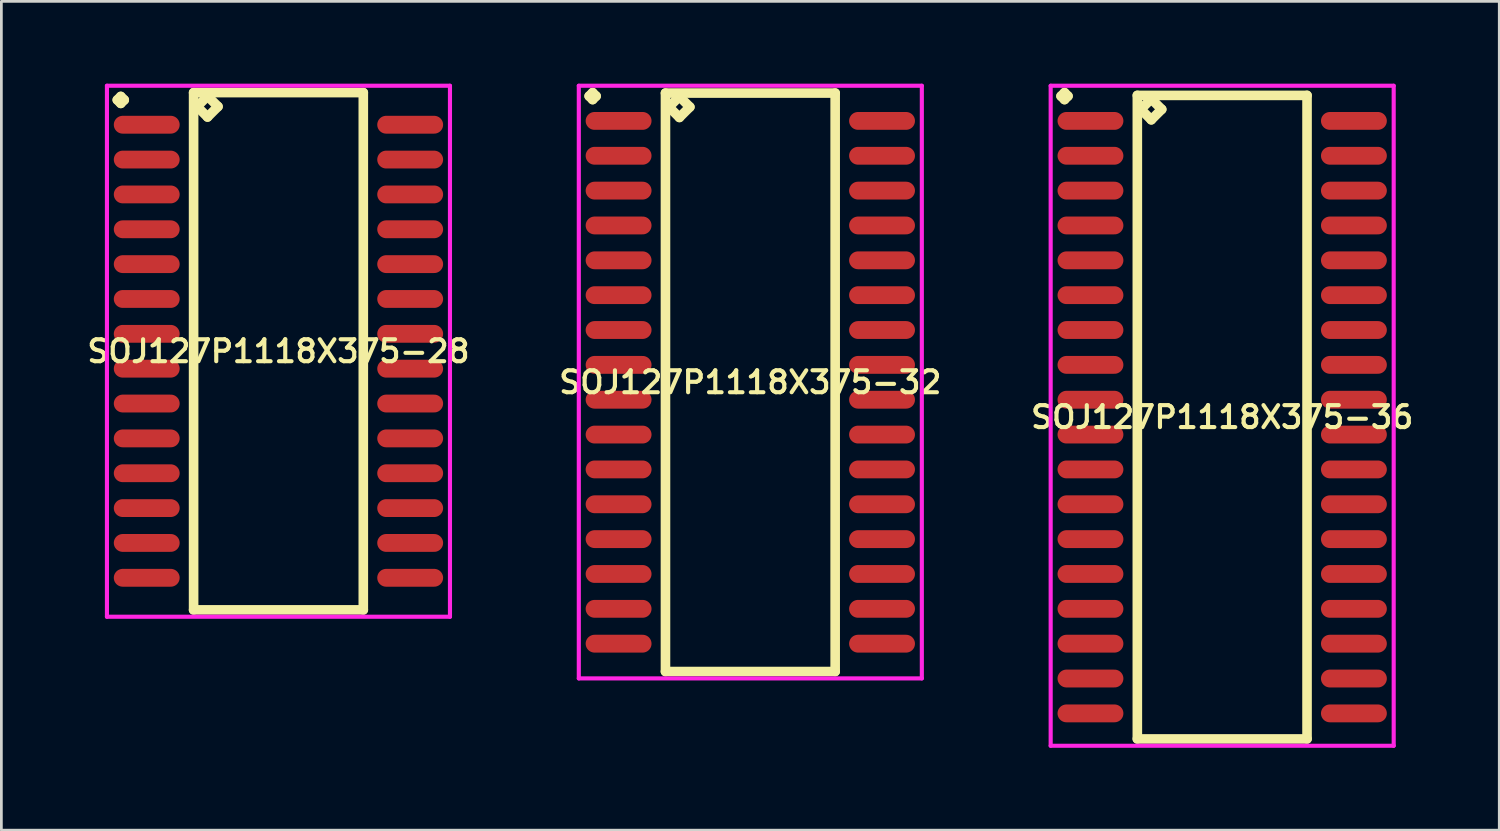
<source format=kicad_pcb>
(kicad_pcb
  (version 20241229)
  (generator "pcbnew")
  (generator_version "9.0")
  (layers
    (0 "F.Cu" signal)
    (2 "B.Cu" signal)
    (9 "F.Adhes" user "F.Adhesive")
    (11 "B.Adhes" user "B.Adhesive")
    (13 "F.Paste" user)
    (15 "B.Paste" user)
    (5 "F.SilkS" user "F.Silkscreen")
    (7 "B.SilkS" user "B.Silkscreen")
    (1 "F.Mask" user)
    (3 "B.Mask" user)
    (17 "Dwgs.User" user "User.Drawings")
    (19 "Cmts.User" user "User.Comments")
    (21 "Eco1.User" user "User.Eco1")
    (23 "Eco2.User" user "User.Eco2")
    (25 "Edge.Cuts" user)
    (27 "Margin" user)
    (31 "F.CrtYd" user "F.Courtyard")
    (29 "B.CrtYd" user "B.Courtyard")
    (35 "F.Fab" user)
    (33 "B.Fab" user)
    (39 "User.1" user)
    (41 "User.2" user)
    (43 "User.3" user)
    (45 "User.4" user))
  (footprint "SOJ127P1118X375-28"
    (layer "F.Cu")
    (at 7.097 9.75)
    (property "Reference" "SOJ127P1118X375-28" (at 0 0 0) (layer "F.SilkS") (effects (font (size 0.8 0.8) (thickness 0.15))))
    (attr smd)
    (fp_line (start -5.873 -9.159) (end -5.746 -9.286) (stroke (width 0.35) (type solid)) (layer "F.SilkS"))
    (fp_line (start -5.746 -9.286) (end -5.619 -9.159) (stroke (width 0.35) (type solid)) (layer "F.SilkS"))
    (fp_line (start -5.746 -9.032) (end -5.873 -9.159) (stroke (width 0.35) (type solid)) (layer "F.SilkS"))
    (fp_line (start -5.619 -9.159) (end -5.746 -9.032) (stroke (width 0.35) (type solid)) (layer "F.SilkS"))
    (fp_line (start -3.092 -9.425) (end -3.092 9.425) (stroke (width 0.35) (type solid)) (layer "F.SilkS"))
    (fp_line (start -3.092 9.425) (end 3.092 9.425) (stroke (width 0.35) (type solid)) (layer "F.SilkS"))
    (fp_line (start -2.965 -8.917) (end -2.584 -9.298) (stroke (width 0.35) (type solid)) (layer "F.SilkS"))
    (fp_line (start -2.584 -9.298) (end -2.203 -8.917) (stroke (width 0.35) (type solid)) (layer "F.SilkS"))
    (fp_line (start -2.584 -8.536) (end -2.965 -8.917) (stroke (width 0.35) (type solid)) (layer "F.SilkS"))
    (fp_line (start -2.203 -8.917) (end -2.584 -8.536) (stroke (width 0.35) (type solid)) (layer "F.SilkS"))
    (fp_line (start 3.092 -9.425) (end -3.092 -9.425) (stroke (width 0.35) (type solid)) (layer "F.SilkS"))
    (fp_line (start 3.092 9.425) (end 3.092 -9.425) (stroke (width 0.35) (type solid)) (layer "F.SilkS"))
    (fp_line (start -6.25 -9.675) (end 6.25 -9.675) (stroke (width 0.15) (type solid)) (layer "F.CrtYd"))
    (fp_line (start -6.25 9.675) (end -6.25 -9.675) (stroke (width 0.15) (type solid)) (layer "F.CrtYd"))
    (fp_line (start 6.25 -9.675) (end 6.25 9.675) (stroke (width 0.15) (type solid)) (layer "F.CrtYd"))
    (fp_line (start 6.25 9.675) (end -6.25 9.675) (stroke (width 0.15) (type solid)) (layer "F.CrtYd"))
    (pad "1" smd oval (at -4.8 -8.255) (size 2.4 0.65) (layers "F.Cu" "F.Mask" "F.Paste"))
    (pad "2" smd oval (at -4.8 -6.985) (size 2.4 0.65) (layers "F.Cu" "F.Mask" "F.Paste"))
    (pad "3" smd oval (at -4.8 -5.715) (size 2.4 0.65) (layers "F.Cu" "F.Mask" "F.Paste"))
    (pad "4" smd oval (at -4.8 -4.445) (size 2.4 0.65) (layers "F.Cu" "F.Mask" "F.Paste"))
    (pad "5" smd oval (at -4.8 -3.175) (size 2.4 0.65) (layers "F.Cu" "F.Mask" "F.Paste"))
    (pad "6" smd oval (at -4.8 -1.905) (size 2.4 0.65) (layers "F.Cu" "F.Mask" "F.Paste"))
    (pad "7" smd oval (at -4.8 -0.635) (size 2.4 0.65) (layers "F.Cu" "F.Mask" "F.Paste"))
    (pad "8" smd oval (at -4.8 0.635) (size 2.4 0.65) (layers "F.Cu" "F.Mask" "F.Paste"))
    (pad "9" smd oval (at -4.8 1.905) (size 2.4 0.65) (layers "F.Cu" "F.Mask" "F.Paste"))
    (pad "10" smd oval (at -4.8 3.175) (size 2.4 0.65) (layers "F.Cu" "F.Mask" "F.Paste"))
    (pad "11" smd oval (at -4.8 4.445) (size 2.4 0.65) (layers "F.Cu" "F.Mask" "F.Paste"))
    (pad "12" smd oval (at -4.8 5.715) (size 2.4 0.65) (layers "F.Cu" "F.Mask" "F.Paste"))
    (pad "13" smd oval (at -4.8 6.985) (size 2.4 0.65) (layers "F.Cu" "F.Mask" "F.Paste"))
    (pad "14" smd oval (at -4.8 8.255) (size 2.4 0.65) (layers "F.Cu" "F.Mask" "F.Paste"))
    (pad "15" smd oval (at 4.8 8.255) (size 2.4 0.65) (layers "F.Cu" "F.Mask" "F.Paste"))
    (pad "16" smd oval (at 4.8 6.985) (size 2.4 0.65) (layers "F.Cu" "F.Mask" "F.Paste"))
    (pad "17" smd oval (at 4.8 5.715) (size 2.4 0.65) (layers "F.Cu" "F.Mask" "F.Paste"))
    (pad "18" smd oval (at 4.8 4.445) (size 2.4 0.65) (layers "F.Cu" "F.Mask" "F.Paste"))
    (pad "19" smd oval (at 4.8 3.175) (size 2.4 0.65) (layers "F.Cu" "F.Mask" "F.Paste"))
    (pad "20" smd oval (at 4.8 1.905) (size 2.4 0.65) (layers "F.Cu" "F.Mask" "F.Paste"))
    (pad "21" smd oval (at 4.8 0.635) (size 2.4 0.65) (layers "F.Cu" "F.Mask" "F.Paste"))
    (pad "22" smd oval (at 4.8 -0.635) (size 2.4 0.65) (layers "F.Cu" "F.Mask" "F.Paste"))
    (pad "23" smd oval (at 4.8 -1.905) (size 2.4 0.65) (layers "F.Cu" "F.Mask" "F.Paste"))
    (pad "24" smd oval (at 4.8 -3.175) (size 2.4 0.65) (layers "F.Cu" "F.Mask" "F.Paste"))
    (pad "25" smd oval (at 4.8 -4.445) (size 2.4 0.65) (layers "F.Cu" "F.Mask" "F.Paste"))
    (pad "26" smd oval (at 4.8 -5.715) (size 2.4 0.65) (layers "F.Cu" "F.Mask" "F.Paste"))
    (pad "27" smd oval (at 4.8 -6.985) (size 2.4 0.65) (layers "F.Cu" "F.Mask" "F.Paste"))
    (pad "28" smd oval (at 4.8 -8.255) (size 2.4 0.65) (layers "F.Cu" "F.Mask" "F.Paste")))
  (footprint "SOJ127P1118X375-36"
    (layer "F.Cu")
    (at 41.487 12.151)
    (property "Reference" "SOJ127P1118X375-36" (at 0 0 0) (layer "F.SilkS") (effects (font (size 0.8 0.8) (thickness 0.15))))
    (attr smd)
    (fp_line (start -5.873 -11.699) (end -5.746 -11.826) (stroke (width 0.35) (type solid)) (layer "F.SilkS"))
    (fp_line (start -5.746 -11.826) (end -5.619 -11.699) (stroke (width 0.35) (type solid)) (layer "F.SilkS"))
    (fp_line (start -5.746 -11.572) (end -5.873 -11.699) (stroke (width 0.35) (type solid)) (layer "F.SilkS"))
    (fp_line (start -5.619 -11.699) (end -5.746 -11.572) (stroke (width 0.35) (type solid)) (layer "F.SilkS"))
    (fp_line (start -3.092 -11.725) (end -3.092 11.725) (stroke (width 0.35) (type solid)) (layer "F.SilkS"))
    (fp_line (start -3.092 11.725) (end 3.092 11.725) (stroke (width 0.35) (type solid)) (layer "F.SilkS"))
    (fp_line (start -2.965 -11.217) (end -2.584 -11.598) (stroke (width 0.35) (type solid)) (layer "F.SilkS"))
    (fp_line (start -2.584 -11.598) (end -2.203 -11.217) (stroke (width 0.35) (type solid)) (layer "F.SilkS"))
    (fp_line (start -2.584 -10.836) (end -2.965 -11.217) (stroke (width 0.35) (type solid)) (layer "F.SilkS"))
    (fp_line (start -2.203 -11.217) (end -2.584 -10.836) (stroke (width 0.35) (type solid)) (layer "F.SilkS"))
    (fp_line (start 3.092 -11.725) (end -3.092 -11.725) (stroke (width 0.35) (type solid)) (layer "F.SilkS"))
    (fp_line (start 3.092 11.725) (end 3.092 -11.725) (stroke (width 0.35) (type solid)) (layer "F.SilkS"))
    (fp_line (start -6.25 -12.076) (end 6.25 -12.076) (stroke (width 0.15) (type solid)) (layer "F.CrtYd"))
    (fp_line (start -6.25 11.975) (end -6.25 -12.076) (stroke (width 0.15) (type solid)) (layer "F.CrtYd"))
    (fp_line (start 6.25 -12.076) (end 6.25 11.975) (stroke (width 0.15) (type solid)) (layer "F.CrtYd"))
    (fp_line (start 6.25 11.975) (end -6.25 11.975) (stroke (width 0.15) (type solid)) (layer "F.CrtYd"))
    (pad "1" smd oval (at -4.8 -10.795) (size 2.4 0.65) (layers "F.Cu" "F.Mask" "F.Paste"))
    (pad "2" smd oval (at -4.8 -9.525) (size 2.4 0.65) (layers "F.Cu" "F.Mask" "F.Paste"))
    (pad "3" smd oval (at -4.8 -8.255) (size 2.4 0.65) (layers "F.Cu" "F.Mask" "F.Paste"))
    (pad "4" smd oval (at -4.8 -6.985) (size 2.4 0.65) (layers "F.Cu" "F.Mask" "F.Paste"))
    (pad "5" smd oval (at -4.8 -5.715) (size 2.4 0.65) (layers "F.Cu" "F.Mask" "F.Paste"))
    (pad "6" smd oval (at -4.8 -4.445) (size 2.4 0.65) (layers "F.Cu" "F.Mask" "F.Paste"))
    (pad "7" smd oval (at -4.8 -3.175) (size 2.4 0.65) (layers "F.Cu" "F.Mask" "F.Paste"))
    (pad "8" smd oval (at -4.8 -1.905) (size 2.4 0.65) (layers "F.Cu" "F.Mask" "F.Paste"))
    (pad "9" smd oval (at -4.8 -0.635) (size 2.4 0.65) (layers "F.Cu" "F.Mask" "F.Paste"))
    (pad "10" smd oval (at -4.8 0.635) (size 2.4 0.65) (layers "F.Cu" "F.Mask" "F.Paste"))
    (pad "11" smd oval (at -4.8 1.905) (size 2.4 0.65) (layers "F.Cu" "F.Mask" "F.Paste"))
    (pad "12" smd oval (at -4.8 3.175) (size 2.4 0.65) (layers "F.Cu" "F.Mask" "F.Paste"))
    (pad "13" smd oval (at -4.8 4.445) (size 2.4 0.65) (layers "F.Cu" "F.Mask" "F.Paste"))
    (pad "14" smd oval (at -4.8 5.715) (size 2.4 0.65) (layers "F.Cu" "F.Mask" "F.Paste"))
    (pad "15" smd oval (at -4.8 6.985) (size 2.4 0.65) (layers "F.Cu" "F.Mask" "F.Paste"))
    (pad "16" smd oval (at -4.8 8.255) (size 2.4 0.65) (layers "F.Cu" "F.Mask" "F.Paste"))
    (pad "17" smd oval (at -4.8 9.525) (size 2.4 0.65) (layers "F.Cu" "F.Mask" "F.Paste"))
    (pad "18" smd oval (at -4.8 10.795) (size 2.4 0.65) (layers "F.Cu" "F.Mask" "F.Paste"))
    (pad "19" smd oval (at 4.8 10.795) (size 2.4 0.65) (layers "F.Cu" "F.Mask" "F.Paste"))
    (pad "20" smd oval (at 4.8 9.525) (size 2.4 0.65) (layers "F.Cu" "F.Mask" "F.Paste"))
    (pad "21" smd oval (at 4.8 8.255) (size 2.4 0.65) (layers "F.Cu" "F.Mask" "F.Paste"))
    (pad "22" smd oval (at 4.8 6.985) (size 2.4 0.65) (layers "F.Cu" "F.Mask" "F.Paste"))
    (pad "23" smd oval (at 4.8 5.715) (size 2.4 0.65) (layers "F.Cu" "F.Mask" "F.Paste"))
    (pad "24" smd oval (at 4.8 4.445) (size 2.4 0.65) (layers "F.Cu" "F.Mask" "F.Paste"))
    (pad "25" smd oval (at 4.8 3.175) (size 2.4 0.65) (layers "F.Cu" "F.Mask" "F.Paste"))
    (pad "26" smd oval (at 4.8 1.905) (size 2.4 0.65) (layers "F.Cu" "F.Mask" "F.Paste"))
    (pad "27" smd oval (at 4.8 0.635) (size 2.4 0.65) (layers "F.Cu" "F.Mask" "F.Paste"))
    (pad "28" smd oval (at 4.8 -0.635) (size 2.4 0.65) (layers "F.Cu" "F.Mask" "F.Paste"))
    (pad "29" smd oval (at 4.8 -1.905) (size 2.4 0.65) (layers "F.Cu" "F.Mask" "F.Paste"))
    (pad "30" smd oval (at 4.8 -3.175) (size 2.4 0.65) (layers "F.Cu" "F.Mask" "F.Paste"))
    (pad "31" smd oval (at 4.8 -4.445) (size 2.4 0.65) (layers "F.Cu" "F.Mask" "F.Paste"))
    (pad "32" smd oval (at 4.8 -5.715) (size 2.4 0.65) (layers "F.Cu" "F.Mask" "F.Paste"))
    (pad "33" smd oval (at 4.8 -6.985) (size 2.4 0.65) (layers "F.Cu" "F.Mask" "F.Paste"))
    (pad "34" smd oval (at 4.8 -8.255) (size 2.4 0.65) (layers "F.Cu" "F.Mask" "F.Paste"))
    (pad "35" smd oval (at 4.8 -9.525) (size 2.4 0.65) (layers "F.Cu" "F.Mask" "F.Paste"))
    (pad "36" smd oval (at 4.8 -10.795) (size 2.4 0.65) (layers "F.Cu" "F.Mask" "F.Paste")))
  (footprint "SOJ127P1118X375-32"
    (layer "F.Cu")
    (at 24.292 10.881)
    (property "Reference" "SOJ127P1118X375-32" (at 0 0 0) (layer "F.SilkS") (effects (font (size 0.8 0.8) (thickness 0.15))))
    (attr smd)
    (fp_line (start -5.873 -10.429) (end -5.746 -10.556) (stroke (width 0.35) (type solid)) (layer "F.SilkS"))
    (fp_line (start -5.746 -10.556) (end -5.619 -10.429) (stroke (width 0.35) (type solid)) (layer "F.SilkS"))
    (fp_line (start -5.746 -10.302) (end -5.873 -10.429) (stroke (width 0.35) (type solid)) (layer "F.SilkS"))
    (fp_line (start -5.619 -10.429) (end -5.746 -10.302) (stroke (width 0.35) (type solid)) (layer "F.SilkS"))
    (fp_line (start -3.092 -10.54) (end -3.092 10.54) (stroke (width 0.35) (type solid)) (layer "F.SilkS"))
    (fp_line (start -3.092 10.54) (end 3.092 10.54) (stroke (width 0.35) (type solid)) (layer "F.SilkS"))
    (fp_line (start -2.965 -10.032) (end -2.584 -10.413) (stroke (width 0.35) (type solid)) (layer "F.SilkS"))
    (fp_line (start -2.584 -10.413) (end -2.203 -10.032) (stroke (width 0.35) (type solid)) (layer "F.SilkS"))
    (fp_line (start -2.584 -9.651) (end -2.965 -10.032) (stroke (width 0.35) (type solid)) (layer "F.SilkS"))
    (fp_line (start -2.203 -10.032) (end -2.584 -9.651) (stroke (width 0.35) (type solid)) (layer "F.SilkS"))
    (fp_line (start 3.092 -10.54) (end -3.092 -10.54) (stroke (width 0.35) (type solid)) (layer "F.SilkS"))
    (fp_line (start 3.092 10.54) (end 3.092 -10.54) (stroke (width 0.35) (type solid)) (layer "F.SilkS"))
    (fp_line (start -6.25 -10.806) (end 6.25 -10.806) (stroke (width 0.15) (type solid)) (layer "F.CrtYd"))
    (fp_line (start -6.25 10.79) (end -6.25 -10.806) (stroke (width 0.15) (type solid)) (layer "F.CrtYd"))
    (fp_line (start 6.25 -10.806) (end 6.25 10.79) (stroke (width 0.15) (type solid)) (layer "F.CrtYd"))
    (fp_line (start 6.25 10.79) (end -6.25 10.79) (stroke (width 0.15) (type solid)) (layer "F.CrtYd"))
    (pad "1" smd oval (at -4.8 -9.525) (size 2.4 0.65) (layers "F.Cu" "F.Mask" "F.Paste"))
    (pad "2" smd oval (at -4.8 -8.255) (size 2.4 0.65) (layers "F.Cu" "F.Mask" "F.Paste"))
    (pad "3" smd oval (at -4.8 -6.985) (size 2.4 0.65) (layers "F.Cu" "F.Mask" "F.Paste"))
    (pad "4" smd oval (at -4.8 -5.715) (size 2.4 0.65) (layers "F.Cu" "F.Mask" "F.Paste"))
    (pad "5" smd oval (at -4.8 -4.445) (size 2.4 0.65) (layers "F.Cu" "F.Mask" "F.Paste"))
    (pad "6" smd oval (at -4.8 -3.175) (size 2.4 0.65) (layers "F.Cu" "F.Mask" "F.Paste"))
    (pad "7" smd oval (at -4.8 -1.905) (size 2.4 0.65) (layers "F.Cu" "F.Mask" "F.Paste"))
    (pad "8" smd oval (at -4.8 -0.635) (size 2.4 0.65) (layers "F.Cu" "F.Mask" "F.Paste"))
    (pad "9" smd oval (at -4.8 0.635) (size 2.4 0.65) (layers "F.Cu" "F.Mask" "F.Paste"))
    (pad "10" smd oval (at -4.8 1.905) (size 2.4 0.65) (layers "F.Cu" "F.Mask" "F.Paste"))
    (pad "11" smd oval (at -4.8 3.175) (size 2.4 0.65) (layers "F.Cu" "F.Mask" "F.Paste"))
    (pad "12" smd oval (at -4.8 4.445) (size 2.4 0.65) (layers "F.Cu" "F.Mask" "F.Paste"))
    (pad "13" smd oval (at -4.8 5.715) (size 2.4 0.65) (layers "F.Cu" "F.Mask" "F.Paste"))
    (pad "14" smd oval (at -4.8 6.985) (size 2.4 0.65) (layers "F.Cu" "F.Mask" "F.Paste"))
    (pad "15" smd oval (at -4.8 8.255) (size 2.4 0.65) (layers "F.Cu" "F.Mask" "F.Paste"))
    (pad "16" smd oval (at -4.8 9.525) (size 2.4 0.65) (layers "F.Cu" "F.Mask" "F.Paste"))
    (pad "17" smd oval (at 4.8 9.525) (size 2.4 0.65) (layers "F.Cu" "F.Mask" "F.Paste"))
    (pad "18" smd oval (at 4.8 8.255) (size 2.4 0.65) (layers "F.Cu" "F.Mask" "F.Paste"))
    (pad "19" smd oval (at 4.8 6.985) (size 2.4 0.65) (layers "F.Cu" "F.Mask" "F.Paste"))
    (pad "20" smd oval (at 4.8 5.715) (size 2.4 0.65) (layers "F.Cu" "F.Mask" "F.Paste"))
    (pad "21" smd oval (at 4.8 4.445) (size 2.4 0.65) (layers "F.Cu" "F.Mask" "F.Paste"))
    (pad "22" smd oval (at 4.8 3.175) (size 2.4 0.65) (layers "F.Cu" "F.Mask" "F.Paste"))
    (pad "23" smd oval (at 4.8 1.905) (size 2.4 0.65) (layers "F.Cu" "F.Mask" "F.Paste"))
    (pad "24" smd oval (at 4.8 0.635) (size 2.4 0.65) (layers "F.Cu" "F.Mask" "F.Paste"))
    (pad "25" smd oval (at 4.8 -0.635) (size 2.4 0.65) (layers "F.Cu" "F.Mask" "F.Paste"))
    (pad "26" smd oval (at 4.8 -1.905) (size 2.4 0.65) (layers "F.Cu" "F.Mask" "F.Paste"))
    (pad "27" smd oval (at 4.8 -3.175) (size 2.4 0.65) (layers "F.Cu" "F.Mask" "F.Paste"))
    (pad "28" smd oval (at 4.8 -4.445) (size 2.4 0.65) (layers "F.Cu" "F.Mask" "F.Paste"))
    (pad "29" smd oval (at 4.8 -5.715) (size 2.4 0.65) (layers "F.Cu" "F.Mask" "F.Paste"))
    (pad "30" smd oval (at 4.8 -6.985) (size 2.4 0.65) (layers "F.Cu" "F.Mask" "F.Paste"))
    (pad "31" smd oval (at 4.8 -8.255) (size 2.4 0.65) (layers "F.Cu" "F.Mask" "F.Paste"))
    (pad "32" smd oval (at 4.8 -9.525) (size 2.4 0.65) (layers "F.Cu" "F.Mask" "F.Paste")))
  (gr_rect
    (start -3 -3)
    (end 51.584 27.201)
    (stroke (width 0.1) (type default))
    (fill no)
    (layer "Edge.Cuts")))
</source>
